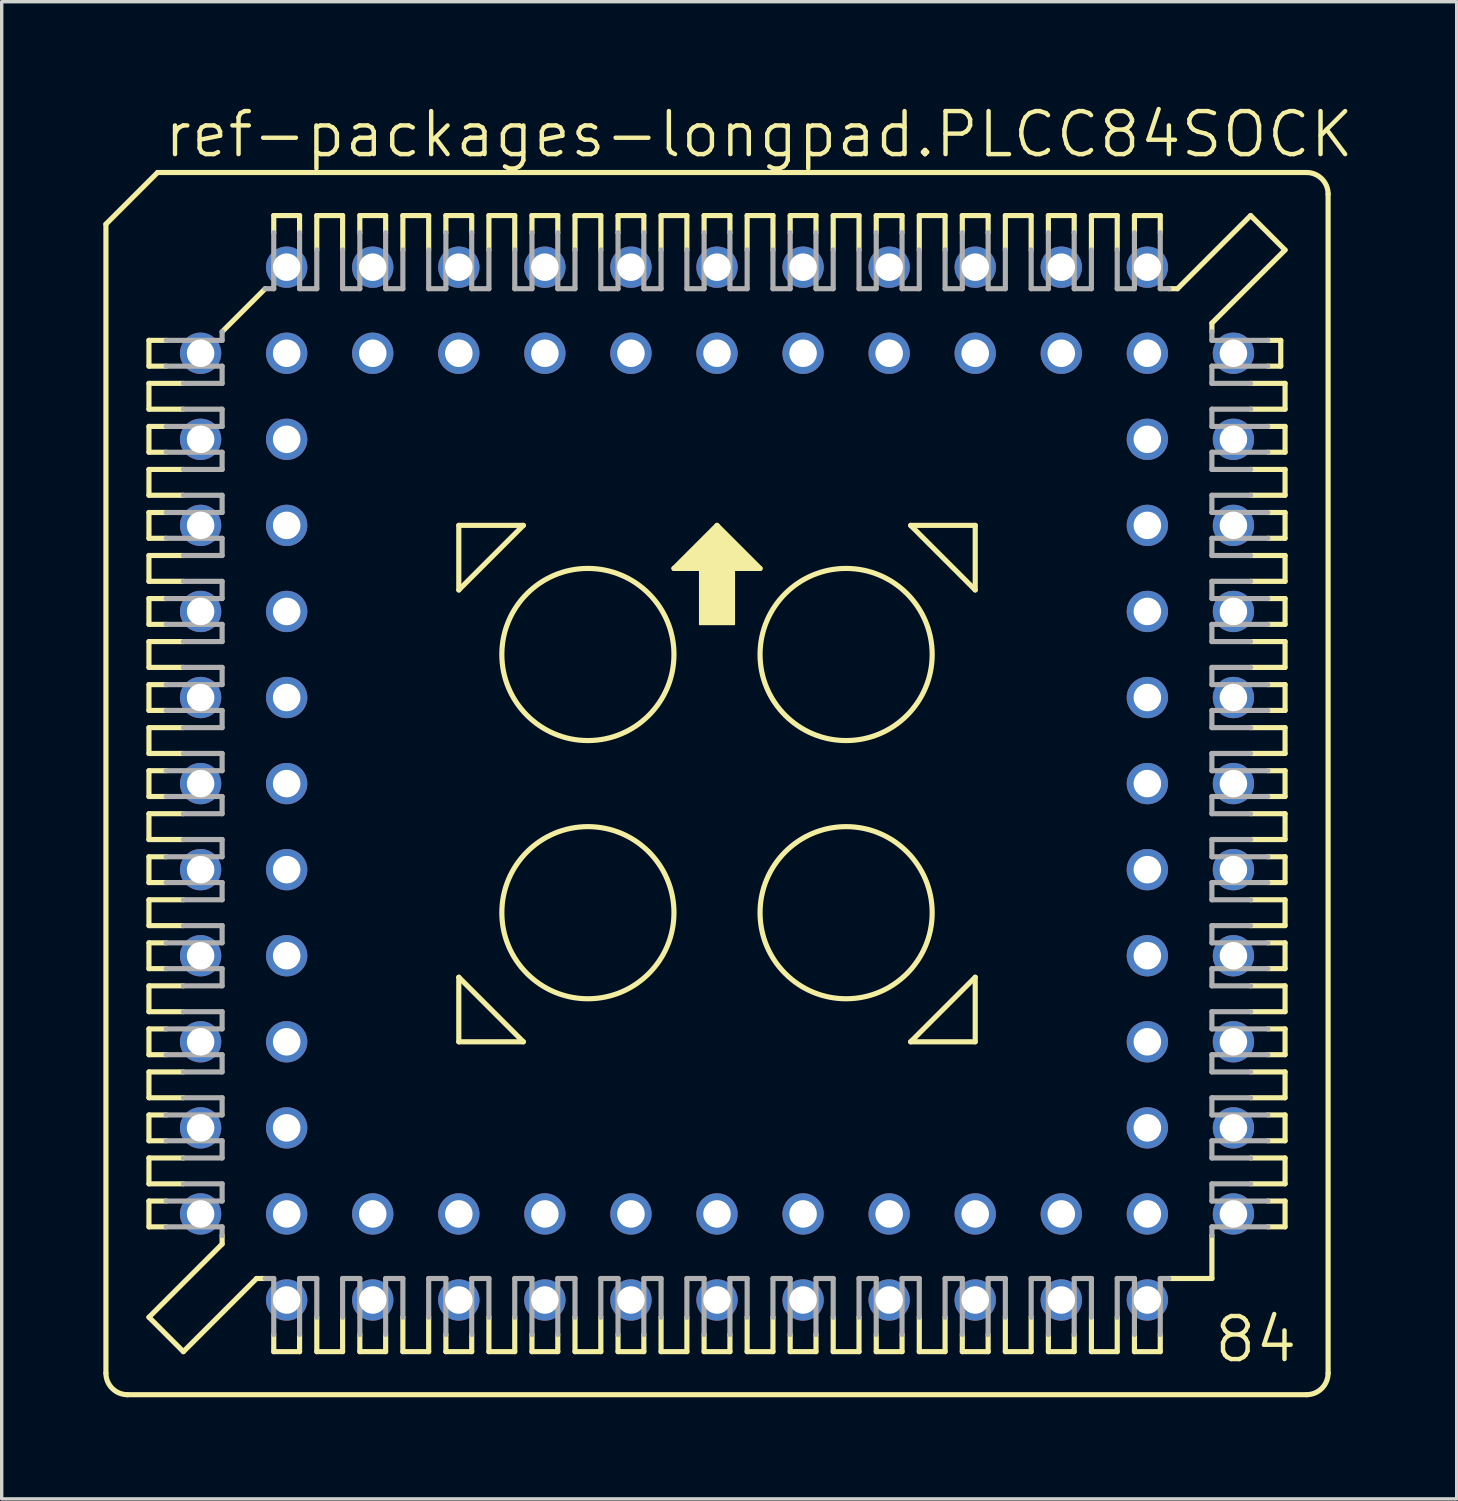
<source format=kicad_pcb>
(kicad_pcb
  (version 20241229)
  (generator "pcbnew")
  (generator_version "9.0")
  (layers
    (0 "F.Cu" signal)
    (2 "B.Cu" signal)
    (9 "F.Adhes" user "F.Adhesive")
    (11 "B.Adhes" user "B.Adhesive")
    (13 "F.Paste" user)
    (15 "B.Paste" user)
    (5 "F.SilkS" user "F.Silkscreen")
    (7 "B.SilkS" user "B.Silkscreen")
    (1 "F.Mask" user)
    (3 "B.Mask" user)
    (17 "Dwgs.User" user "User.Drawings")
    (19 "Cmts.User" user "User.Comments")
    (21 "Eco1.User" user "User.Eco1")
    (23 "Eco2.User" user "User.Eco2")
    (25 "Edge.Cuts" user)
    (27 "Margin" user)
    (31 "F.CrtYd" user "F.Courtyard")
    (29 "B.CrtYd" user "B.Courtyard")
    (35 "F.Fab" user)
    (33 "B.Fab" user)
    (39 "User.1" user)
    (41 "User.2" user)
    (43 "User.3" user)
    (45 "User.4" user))
  (footprint "ref-packages-longpad.PLCC84SOCK"
    (layer "F.Cu")
    (at 18.11 20.075)
    (property "Reference" "ref-packages-longpad.PLCC84SOCK" (at -16.383 -18.415 0) (layer "F.SilkS") (effects (font (size 1.27 1.27) (thickness 0.13)) (justify left bottom)))
    (attr through_hole)
    (fp_line (start -18.034 -16.51) (end -18.034 17.399) (stroke (width 0.152) (type default)) (layer "F.SilkS"))
    (fp_line (start -16.764 -13.081) (end -16.764 -12.319) (stroke (width 0.152) (type default)) (layer "F.SilkS"))
    (fp_line (start -16.764 -12.319) (end -16.256 -12.319) (stroke (width 0.152) (type default)) (layer "F.SilkS"))
    (fp_line (start -16.764 -11.811) (end -16.764 -11.049) (stroke (width 0.152) (type default)) (layer "F.SilkS"))
    (fp_line (start -16.764 -11.049) (end -15.748 -11.049) (stroke (width 0.152) (type default)) (layer "F.SilkS"))
    (fp_line (start -16.764 -10.541) (end -16.764 -9.779) (stroke (width 0.152) (type default)) (layer "F.SilkS"))
    (fp_line (start -16.764 -9.779) (end -16.256 -9.779) (stroke (width 0.152) (type default)) (layer "F.SilkS"))
    (fp_line (start -16.764 -9.271) (end -16.764 -8.509) (stroke (width 0.152) (type default)) (layer "F.SilkS"))
    (fp_line (start -16.764 -8.509) (end -15.748 -8.509) (stroke (width 0.152) (type default)) (layer "F.SilkS"))
    (fp_line (start -16.764 -8.001) (end -16.256 -8.001) (stroke (width 0.152) (type default)) (layer "F.SilkS"))
    (fp_line (start -16.764 -7.239) (end -16.764 -8.001) (stroke (width 0.152) (type default)) (layer "F.SilkS"))
    (fp_line (start -16.764 -6.731) (end -16.764 -5.969) (stroke (width 0.152) (type default)) (layer "F.SilkS"))
    (fp_line (start -16.764 -5.969) (end -15.748 -5.969) (stroke (width 0.152) (type default)) (layer "F.SilkS"))
    (fp_line (start -16.764 -5.461) (end -16.764 -4.699) (stroke (width 0.152) (type default)) (layer "F.SilkS"))
    (fp_line (start -16.764 -4.699) (end -16.256 -4.699) (stroke (width 0.152) (type default)) (layer "F.SilkS"))
    (fp_line (start -16.764 -4.191) (end -16.764 -3.429) (stroke (width 0.152) (type default)) (layer "F.SilkS"))
    (fp_line (start -16.764 -3.429) (end -15.748 -3.429) (stroke (width 0.152) (type default)) (layer "F.SilkS"))
    (fp_line (start -16.764 -2.921) (end -16.764 -2.159) (stroke (width 0.152) (type default)) (layer "F.SilkS"))
    (fp_line (start -16.764 -2.159) (end -16.256 -2.159) (stroke (width 0.152) (type default)) (layer "F.SilkS"))
    (fp_line (start -16.764 -1.651) (end -15.748 -1.651) (stroke (width 0.152) (type default)) (layer "F.SilkS"))
    (fp_line (start -16.764 -0.889) (end -16.764 -1.651) (stroke (width 0.152) (type default)) (layer "F.SilkS"))
    (fp_line (start -16.764 -0.381) (end -16.256 -0.381) (stroke (width 0.152) (type default)) (layer "F.SilkS"))
    (fp_line (start -16.764 0.381) (end -16.764 -0.381) (stroke (width 0.152) (type default)) (layer "F.SilkS"))
    (fp_line (start -16.764 0.889) (end -15.748 0.889) (stroke (width 0.152) (type default)) (layer "F.SilkS"))
    (fp_line (start -16.764 1.651) (end -16.764 0.889) (stroke (width 0.152) (type default)) (layer "F.SilkS"))
    (fp_line (start -16.764 2.159) (end -16.256 2.159) (stroke (width 0.152) (type default)) (layer "F.SilkS"))
    (fp_line (start -16.764 2.921) (end -16.764 2.159) (stroke (width 0.152) (type default)) (layer "F.SilkS"))
    (fp_line (start -16.764 3.429) (end -15.748 3.429) (stroke (width 0.152) (type default)) (layer "F.SilkS"))
    (fp_line (start -16.764 4.191) (end -16.764 3.429) (stroke (width 0.152) (type default)) (layer "F.SilkS"))
    (fp_line (start -16.764 4.699) (end -16.256 4.699) (stroke (width 0.152) (type default)) (layer "F.SilkS"))
    (fp_line (start -16.764 5.461) (end -16.764 4.699) (stroke (width 0.152) (type default)) (layer "F.SilkS"))
    (fp_line (start -16.764 5.969) (end -16.764 6.731) (stroke (width 0.152) (type default)) (layer "F.SilkS"))
    (fp_line (start -16.764 6.731) (end -15.748 6.731) (stroke (width 0.152) (type default)) (layer "F.SilkS"))
    (fp_line (start -16.764 7.239) (end -16.764 8.001) (stroke (width 0.152) (type default)) (layer "F.SilkS"))
    (fp_line (start -16.764 8.001) (end -16.256 8.001) (stroke (width 0.152) (type default)) (layer "F.SilkS"))
    (fp_line (start -16.764 8.509) (end -16.764 9.271) (stroke (width 0.152) (type default)) (layer "F.SilkS"))
    (fp_line (start -16.764 9.271) (end -15.748 9.271) (stroke (width 0.152) (type default)) (layer "F.SilkS"))
    (fp_line (start -16.764 9.779) (end -16.764 10.541) (stroke (width 0.152) (type default)) (layer "F.SilkS"))
    (fp_line (start -16.764 10.541) (end -16.256 10.541) (stroke (width 0.152) (type default)) (layer "F.SilkS"))
    (fp_line (start -16.764 11.049) (end -15.748 11.049) (stroke (width 0.152) (type default)) (layer "F.SilkS"))
    (fp_line (start -16.764 11.811) (end -16.764 11.049) (stroke (width 0.152) (type default)) (layer "F.SilkS"))
    (fp_line (start -16.764 12.319) (end -16.256 12.319) (stroke (width 0.152) (type default)) (layer "F.SilkS"))
    (fp_line (start -16.764 13.081) (end -16.764 12.319) (stroke (width 0.152) (type default)) (layer "F.SilkS"))
    (fp_line (start -16.764 15.748) (end -14.605 13.589) (stroke (width 0.152) (type default)) (layer "F.SilkS"))
    (fp_line (start -16.51 -18.034) (end -18.034 -16.51) (stroke (width 0.152) (type default)) (layer "F.SilkS"))
    (fp_line (start -16.256 -13.081) (end -16.764 -13.081) (stroke (width 0.152) (type default)) (layer "F.SilkS"))
    (fp_line (start -16.256 -10.541) (end -16.764 -10.541) (stroke (width 0.152) (type default)) (layer "F.SilkS"))
    (fp_line (start -16.256 -7.239) (end -16.764 -7.239) (stroke (width 0.152) (type default)) (layer "F.SilkS"))
    (fp_line (start -16.256 -5.461) (end -16.764 -5.461) (stroke (width 0.152) (type default)) (layer "F.SilkS"))
    (fp_line (start -16.256 -2.921) (end -16.764 -2.921) (stroke (width 0.152) (type default)) (layer "F.SilkS"))
    (fp_line (start -16.256 0.381) (end -16.764 0.381) (stroke (width 0.152) (type default)) (layer "F.SilkS"))
    (fp_line (start -16.256 2.921) (end -16.764 2.921) (stroke (width 0.152) (type default)) (layer "F.SilkS"))
    (fp_line (start -16.256 5.461) (end -16.764 5.461) (stroke (width 0.152) (type default)) (layer "F.SilkS"))
    (fp_line (start -16.256 7.239) (end -16.764 7.239) (stroke (width 0.152) (type default)) (layer "F.SilkS"))
    (fp_line (start -16.256 9.779) (end -16.764 9.779) (stroke (width 0.152) (type default)) (layer "F.SilkS"))
    (fp_line (start -16.256 13.081) (end -16.764 13.081) (stroke (width 0.152) (type default)) (layer "F.SilkS"))
    (fp_line (start -15.748 -11.811) (end -16.764 -11.811) (stroke (width 0.152) (type default)) (layer "F.SilkS"))
    (fp_line (start -15.748 -9.271) (end -16.764 -9.271) (stroke (width 0.152) (type default)) (layer "F.SilkS"))
    (fp_line (start -15.748 -6.731) (end -16.764 -6.731) (stroke (width 0.152) (type default)) (layer "F.SilkS"))
    (fp_line (start -15.748 -4.191) (end -16.764 -4.191) (stroke (width 0.152) (type default)) (layer "F.SilkS"))
    (fp_line (start -15.748 -0.889) (end -16.764 -0.889) (stroke (width 0.152) (type default)) (layer "F.SilkS"))
    (fp_line (start -15.748 1.651) (end -16.764 1.651) (stroke (width 0.152) (type default)) (layer "F.SilkS"))
    (fp_line (start -15.748 4.191) (end -16.764 4.191) (stroke (width 0.152) (type default)) (layer "F.SilkS"))
    (fp_line (start -15.748 5.969) (end -16.764 5.969) (stroke (width 0.152) (type default)) (layer "F.SilkS"))
    (fp_line (start -15.748 8.509) (end -16.764 8.509) (stroke (width 0.152) (type default)) (layer "F.SilkS"))
    (fp_line (start -15.748 11.811) (end -16.764 11.811) (stroke (width 0.152) (type default)) (layer "F.SilkS"))
    (fp_line (start -15.748 16.764) (end -16.764 15.748) (stroke (width 0.152) (type default)) (layer "F.SilkS"))
    (fp_line (start -15.748 16.764) (end -13.589 14.605) (stroke (width 0.152) (type default)) (layer "F.SilkS"))
    (fp_line (start -14.605 -13.335) (end -13.335 -14.605) (stroke (width 0.152) (type default)) (layer "F.SilkS"))
    (fp_line (start -14.605 13.589) (end -14.605 13.335) (stroke (width 0.152) (type default)) (layer "F.SilkS"))
    (fp_line (start -13.589 14.605) (end -13.335 14.605) (stroke (width 0.152) (type default)) (layer "F.SilkS"))
    (fp_line (start -13.081 -16.764) (end -13.081 -16.256) (stroke (width 0.152) (type default)) (layer "F.SilkS"))
    (fp_line (start -13.081 16.256) (end -13.081 16.764) (stroke (width 0.152) (type default)) (layer "F.SilkS"))
    (fp_line (start -13.081 16.764) (end -12.319 16.764) (stroke (width 0.152) (type default)) (layer "F.SilkS"))
    (fp_line (start -12.319 -16.764) (end -13.081 -16.764) (stroke (width 0.152) (type default)) (layer "F.SilkS"))
    (fp_line (start -12.319 -16.256) (end -12.319 -16.764) (stroke (width 0.152) (type default)) (layer "F.SilkS"))
    (fp_line (start -12.319 16.764) (end -12.319 16.256) (stroke (width 0.152) (type default)) (layer "F.SilkS"))
    (fp_line (start -11.811 -16.764) (end -11.049 -16.764) (stroke (width 0.152) (type default)) (layer "F.SilkS"))
    (fp_line (start -11.811 -15.748) (end -11.811 -16.764) (stroke (width 0.152) (type default)) (layer "F.SilkS"))
    (fp_line (start -11.811 15.748) (end -11.811 16.764) (stroke (width 0.152) (type default)) (layer "F.SilkS"))
    (fp_line (start -11.811 16.764) (end -11.049 16.764) (stroke (width 0.152) (type default)) (layer "F.SilkS"))
    (fp_line (start -11.049 -16.764) (end -11.049 -15.748) (stroke (width 0.152) (type default)) (layer "F.SilkS"))
    (fp_line (start -11.049 16.764) (end -11.049 15.748) (stroke (width 0.152) (type default)) (layer "F.SilkS"))
    (fp_line (start -10.541 -16.764) (end -10.541 -16.256) (stroke (width 0.152) (type default)) (layer "F.SilkS"))
    (fp_line (start -10.541 16.256) (end -10.541 16.764) (stroke (width 0.152) (type default)) (layer "F.SilkS"))
    (fp_line (start -10.541 16.764) (end -9.779 16.764) (stroke (width 0.152) (type default)) (layer "F.SilkS"))
    (fp_line (start -9.779 -16.764) (end -10.541 -16.764) (stroke (width 0.152) (type default)) (layer "F.SilkS"))
    (fp_line (start -9.779 -16.256) (end -9.779 -16.764) (stroke (width 0.152) (type default)) (layer "F.SilkS"))
    (fp_line (start -9.779 16.764) (end -9.779 16.256) (stroke (width 0.152) (type default)) (layer "F.SilkS"))
    (fp_line (start -9.271 -16.764) (end -9.271 -15.748) (stroke (width 0.152) (type default)) (layer "F.SilkS"))
    (fp_line (start -9.271 15.748) (end -9.271 16.764) (stroke (width 0.152) (type default)) (layer "F.SilkS"))
    (fp_line (start -9.271 16.764) (end -8.509 16.764) (stroke (width 0.152) (type default)) (layer "F.SilkS"))
    (fp_line (start -8.509 -16.764) (end -9.271 -16.764) (stroke (width 0.152) (type default)) (layer "F.SilkS"))
    (fp_line (start -8.509 -15.748) (end -8.509 -16.764) (stroke (width 0.152) (type default)) (layer "F.SilkS"))
    (fp_line (start -8.509 16.764) (end -8.509 15.748) (stroke (width 0.152) (type default)) (layer "F.SilkS"))
    (fp_line (start -8.001 -16.764) (end -8.001 -16.256) (stroke (width 0.152) (type default)) (layer "F.SilkS"))
    (fp_line (start -8.001 16.764) (end -8.001 16.256) (stroke (width 0.152) (type default)) (layer "F.SilkS"))
    (fp_line (start -7.62 -7.62) (end -5.715 -7.62) (stroke (width 0.152) (type default)) (layer "F.SilkS"))
    (fp_line (start -7.62 -5.715) (end -7.62 -7.62) (stroke (width 0.152) (type default)) (layer "F.SilkS"))
    (fp_line (start -7.62 5.715) (end -5.715 7.62) (stroke (width 0.152) (type default)) (layer "F.SilkS"))
    (fp_line (start -7.62 7.62) (end -7.62 5.715) (stroke (width 0.152) (type default)) (layer "F.SilkS"))
    (fp_line (start -7.239 -16.764) (end -8.001 -16.764) (stroke (width 0.152) (type default)) (layer "F.SilkS"))
    (fp_line (start -7.239 -16.256) (end -7.239 -16.764) (stroke (width 0.152) (type default)) (layer "F.SilkS"))
    (fp_line (start -7.239 16.256) (end -7.239 16.764) (stroke (width 0.152) (type default)) (layer "F.SilkS"))
    (fp_line (start -7.239 16.764) (end -8.001 16.764) (stroke (width 0.152) (type default)) (layer "F.SilkS"))
    (fp_line (start -6.731 -16.764) (end -6.731 -15.748) (stroke (width 0.152) (type default)) (layer "F.SilkS"))
    (fp_line (start -6.731 15.748) (end -6.731 16.764) (stroke (width 0.152) (type default)) (layer "F.SilkS"))
    (fp_line (start -6.731 16.764) (end -5.969 16.764) (stroke (width 0.152) (type default)) (layer "F.SilkS"))
    (fp_line (start -5.969 -16.764) (end -6.731 -16.764) (stroke (width 0.152) (type default)) (layer "F.SilkS"))
    (fp_line (start -5.969 -15.748) (end -5.969 -16.764) (stroke (width 0.152) (type default)) (layer "F.SilkS"))
    (fp_line (start -5.969 16.764) (end -5.969 15.748) (stroke (width 0.152) (type default)) (layer "F.SilkS"))
    (fp_line (start -5.715 -7.62) (end -7.62 -5.715) (stroke (width 0.152) (type default)) (layer "F.SilkS"))
    (fp_line (start -5.715 7.62) (end -7.62 7.62) (stroke (width 0.152) (type default)) (layer "F.SilkS"))
    (fp_line (start -5.461 -16.764) (end -5.461 -16.256) (stroke (width 0.152) (type default)) (layer "F.SilkS"))
    (fp_line (start -5.461 16.256) (end -5.461 16.764) (stroke (width 0.152) (type default)) (layer "F.SilkS"))
    (fp_line (start -5.461 16.764) (end -4.699 16.764) (stroke (width 0.152) (type default)) (layer "F.SilkS"))
    (fp_line (start -4.699 -16.764) (end -5.461 -16.764) (stroke (width 0.152) (type default)) (layer "F.SilkS"))
    (fp_line (start -4.699 -16.256) (end -4.699 -16.764) (stroke (width 0.152) (type default)) (layer "F.SilkS"))
    (fp_line (start -4.699 16.764) (end -4.699 16.256) (stroke (width 0.152) (type default)) (layer "F.SilkS"))
    (fp_line (start -4.191 -16.764) (end -4.191 -15.748) (stroke (width 0.152) (type default)) (layer "F.SilkS"))
    (fp_line (start -4.191 15.748) (end -4.191 16.764) (stroke (width 0.152) (type default)) (layer "F.SilkS"))
    (fp_line (start -4.191 16.764) (end -3.429 16.764) (stroke (width 0.152) (type default)) (layer "F.SilkS"))
    (fp_line (start -3.429 -16.764) (end -4.191 -16.764) (stroke (width 0.152) (type default)) (layer "F.SilkS"))
    (fp_line (start -3.429 -15.748) (end -3.429 -16.764) (stroke (width 0.152) (type default)) (layer "F.SilkS"))
    (fp_line (start -3.429 16.764) (end -3.429 15.748) (stroke (width 0.152) (type default)) (layer "F.SilkS"))
    (fp_line (start -2.921 -16.764) (end -2.921 -16.256) (stroke (width 0.152) (type default)) (layer "F.SilkS"))
    (fp_line (start -2.921 16.256) (end -2.921 16.764) (stroke (width 0.152) (type default)) (layer "F.SilkS"))
    (fp_line (start -2.921 16.764) (end -2.159 16.764) (stroke (width 0.152) (type default)) (layer "F.SilkS"))
    (fp_line (start -2.159 -16.764) (end -2.921 -16.764) (stroke (width 0.152) (type default)) (layer "F.SilkS"))
    (fp_line (start -2.159 -16.256) (end -2.159 -16.764) (stroke (width 0.152) (type default)) (layer "F.SilkS"))
    (fp_line (start -2.159 16.764) (end -2.159 16.256) (stroke (width 0.152) (type default)) (layer "F.SilkS"))
    (fp_line (start -1.651 -16.764) (end -1.651 -15.748) (stroke (width 0.152) (type default)) (layer "F.SilkS"))
    (fp_line (start -1.651 15.748) (end -1.651 16.764) (stroke (width 0.152) (type default)) (layer "F.SilkS"))
    (fp_line (start -1.651 16.764) (end -0.889 16.764) (stroke (width 0.152) (type default)) (layer "F.SilkS"))
    (fp_line (start -1.27 -6.35) (end 1.27 -6.35) (stroke (width 0.152) (type default)) (layer "F.SilkS"))
    (fp_line (start -0.889 -16.764) (end -1.651 -16.764) (stroke (width 0.152) (type default)) (layer "F.SilkS"))
    (fp_line (start -0.889 -15.748) (end -0.889 -16.764) (stroke (width 0.152) (type default)) (layer "F.SilkS"))
    (fp_line (start -0.889 16.764) (end -0.889 15.748) (stroke (width 0.152) (type default)) (layer "F.SilkS"))
    (fp_line (start -0.381 -16.764) (end -0.381 -16.256) (stroke (width 0.152) (type default)) (layer "F.SilkS"))
    (fp_line (start -0.381 16.256) (end -0.381 16.764) (stroke (width 0.152) (type default)) (layer "F.SilkS"))
    (fp_line (start -0.381 16.764) (end 0.381 16.764) (stroke (width 0.152) (type default)) (layer "F.SilkS"))
    (fp_line (start 0 -7.62) (end -1.27 -6.35) (stroke (width 0.152) (type default)) (layer "F.SilkS"))
    (fp_line (start 0.381 -16.764) (end -0.381 -16.764) (stroke (width 0.152) (type default)) (layer "F.SilkS"))
    (fp_line (start 0.381 -16.256) (end 0.381 -16.764) (stroke (width 0.152) (type default)) (layer "F.SilkS"))
    (fp_line (start 0.381 16.764) (end 0.381 16.256) (stroke (width 0.152) (type default)) (layer "F.SilkS"))
    (fp_line (start 0.889 -16.764) (end 0.889 -15.748) (stroke (width 0.152) (type default)) (layer "F.SilkS"))
    (fp_line (start 0.889 15.748) (end 0.889 16.764) (stroke (width 0.152) (type default)) (layer "F.SilkS"))
    (fp_line (start 0.889 16.764) (end 1.651 16.764) (stroke (width 0.152) (type default)) (layer "F.SilkS"))
    (fp_line (start 1.27 -6.35) (end 0 -7.62) (stroke (width 0.152) (type default)) (layer "F.SilkS"))
    (fp_line (start 1.651 -16.764) (end 0.889 -16.764) (stroke (width 0.152) (type default)) (layer "F.SilkS"))
    (fp_line (start 1.651 -15.748) (end 1.651 -16.764) (stroke (width 0.152) (type default)) (layer "F.SilkS"))
    (fp_line (start 1.651 16.764) (end 1.651 15.748) (stroke (width 0.152) (type default)) (layer "F.SilkS"))
    (fp_line (start 2.159 -16.764) (end 2.159 -16.256) (stroke (width 0.152) (type default)) (layer "F.SilkS"))
    (fp_line (start 2.159 16.256) (end 2.159 16.764) (stroke (width 0.152) (type default)) (layer "F.SilkS"))
    (fp_line (start 2.159 16.764) (end 2.921 16.764) (stroke (width 0.152) (type default)) (layer "F.SilkS"))
    (fp_line (start 2.921 -16.764) (end 2.159 -16.764) (stroke (width 0.152) (type default)) (layer "F.SilkS"))
    (fp_line (start 2.921 -16.256) (end 2.921 -16.764) (stroke (width 0.152) (type default)) (layer "F.SilkS"))
    (fp_line (start 2.921 16.764) (end 2.921 16.256) (stroke (width 0.152) (type default)) (layer "F.SilkS"))
    (fp_line (start 3.429 -16.764) (end 3.429 -15.748) (stroke (width 0.152) (type default)) (layer "F.SilkS"))
    (fp_line (start 3.429 15.748) (end 3.429 16.764) (stroke (width 0.152) (type default)) (layer "F.SilkS"))
    (fp_line (start 3.429 16.764) (end 4.191 16.764) (stroke (width 0.152) (type default)) (layer "F.SilkS"))
    (fp_line (start 4.191 -16.764) (end 3.429 -16.764) (stroke (width 0.152) (type default)) (layer "F.SilkS"))
    (fp_line (start 4.191 -15.748) (end 4.191 -16.764) (stroke (width 0.152) (type default)) (layer "F.SilkS"))
    (fp_line (start 4.191 16.764) (end 4.191 15.748) (stroke (width 0.152) (type default)) (layer "F.SilkS"))
    (fp_line (start 4.699 -16.764) (end 4.699 -16.256) (stroke (width 0.152) (type default)) (layer "F.SilkS"))
    (fp_line (start 4.699 16.256) (end 4.699 16.764) (stroke (width 0.152) (type default)) (layer "F.SilkS"))
    (fp_line (start 4.699 16.764) (end 5.461 16.764) (stroke (width 0.152) (type default)) (layer "F.SilkS"))
    (fp_line (start 5.461 -16.764) (end 4.699 -16.764) (stroke (width 0.152) (type default)) (layer "F.SilkS"))
    (fp_line (start 5.461 -16.256) (end 5.461 -16.764) (stroke (width 0.152) (type default)) (layer "F.SilkS"))
    (fp_line (start 5.461 16.764) (end 5.461 16.256) (stroke (width 0.152) (type default)) (layer "F.SilkS"))
    (fp_line (start 5.715 -7.62) (end 7.62 -5.715) (stroke (width 0.152) (type default)) (layer "F.SilkS"))
    (fp_line (start 5.715 7.62) (end 7.62 7.62) (stroke (width 0.152) (type default)) (layer "F.SilkS"))
    (fp_line (start 5.969 -16.764) (end 5.969 -15.748) (stroke (width 0.152) (type default)) (layer "F.SilkS"))
    (fp_line (start 5.969 15.748) (end 5.969 16.764) (stroke (width 0.152) (type default)) (layer "F.SilkS"))
    (fp_line (start 5.969 16.764) (end 6.731 16.764) (stroke (width 0.152) (type default)) (layer "F.SilkS"))
    (fp_line (start 6.731 -16.764) (end 5.969 -16.764) (stroke (width 0.152) (type default)) (layer "F.SilkS"))
    (fp_line (start 6.731 -15.748) (end 6.731 -16.764) (stroke (width 0.152) (type default)) (layer "F.SilkS"))
    (fp_line (start 6.731 16.764) (end 6.731 15.748) (stroke (width 0.152) (type default)) (layer "F.SilkS"))
    (fp_line (start 7.239 -16.764) (end 8.001 -16.764) (stroke (width 0.152) (type default)) (layer "F.SilkS"))
    (fp_line (start 7.239 -16.256) (end 7.239 -16.764) (stroke (width 0.152) (type default)) (layer "F.SilkS"))
    (fp_line (start 7.239 16.256) (end 7.239 16.764) (stroke (width 0.152) (type default)) (layer "F.SilkS"))
    (fp_line (start 7.239 16.764) (end 8.001 16.764) (stroke (width 0.152) (type default)) (layer "F.SilkS"))
    (fp_line (start 7.62 -7.62) (end 5.715 -7.62) (stroke (width 0.152) (type default)) (layer "F.SilkS"))
    (fp_line (start 7.62 -5.715) (end 7.62 -7.62) (stroke (width 0.152) (type default)) (layer "F.SilkS"))
    (fp_line (start 7.62 5.715) (end 5.715 7.62) (stroke (width 0.152) (type default)) (layer "F.SilkS"))
    (fp_line (start 7.62 7.62) (end 7.62 5.715) (stroke (width 0.152) (type default)) (layer "F.SilkS"))
    (fp_line (start 8.001 -16.764) (end 8.001 -16.256) (stroke (width 0.152) (type default)) (layer "F.SilkS"))
    (fp_line (start 8.001 16.764) (end 8.001 16.256) (stroke (width 0.152) (type default)) (layer "F.SilkS"))
    (fp_line (start 8.509 -16.764) (end 8.509 -15.748) (stroke (width 0.152) (type default)) (layer "F.SilkS"))
    (fp_line (start 8.509 15.748) (end 8.509 16.764) (stroke (width 0.152) (type default)) (layer "F.SilkS"))
    (fp_line (start 8.509 16.764) (end 9.271 16.764) (stroke (width 0.152) (type default)) (layer "F.SilkS"))
    (fp_line (start 9.271 -16.764) (end 8.509 -16.764) (stroke (width 0.152) (type default)) (layer "F.SilkS"))
    (fp_line (start 9.271 -15.748) (end 9.271 -16.764) (stroke (width 0.152) (type default)) (layer "F.SilkS"))
    (fp_line (start 9.271 16.764) (end 9.271 15.748) (stroke (width 0.152) (type default)) (layer "F.SilkS"))
    (fp_line (start 9.779 -16.764) (end 9.779 -16.256) (stroke (width 0.152) (type default)) (layer "F.SilkS"))
    (fp_line (start 9.779 16.256) (end 9.779 16.764) (stroke (width 0.152) (type default)) (layer "F.SilkS"))
    (fp_line (start 9.779 16.764) (end 10.541 16.764) (stroke (width 0.152) (type default)) (layer "F.SilkS"))
    (fp_line (start 10.541 -16.764) (end 9.779 -16.764) (stroke (width 0.152) (type default)) (layer "F.SilkS"))
    (fp_line (start 10.541 -16.256) (end 10.541 -16.764) (stroke (width 0.152) (type default)) (layer "F.SilkS"))
    (fp_line (start 10.541 16.764) (end 10.541 16.256) (stroke (width 0.152) (type default)) (layer "F.SilkS"))
    (fp_line (start 11.049 -16.764) (end 11.049 -15.748) (stroke (width 0.152) (type default)) (layer "F.SilkS"))
    (fp_line (start 11.049 16.764) (end 11.049 15.748) (stroke (width 0.152) (type default)) (layer "F.SilkS"))
    (fp_line (start 11.811 -16.764) (end 11.049 -16.764) (stroke (width 0.152) (type default)) (layer "F.SilkS"))
    (fp_line (start 11.811 -15.748) (end 11.811 -16.764) (stroke (width 0.152) (type default)) (layer "F.SilkS"))
    (fp_line (start 11.811 15.748) (end 11.811 16.764) (stroke (width 0.152) (type default)) (layer "F.SilkS"))
    (fp_line (start 11.811 16.764) (end 11.049 16.764) (stroke (width 0.152) (type default)) (layer "F.SilkS"))
    (fp_line (start 12.319 -16.764) (end 12.319 -16.256) (stroke (width 0.152) (type default)) (layer "F.SilkS"))
    (fp_line (start 12.319 16.256) (end 12.319 16.764) (stroke (width 0.152) (type default)) (layer "F.SilkS"))
    (fp_line (start 12.319 16.764) (end 13.081 16.764) (stroke (width 0.152) (type default)) (layer "F.SilkS"))
    (fp_line (start 13.081 -16.764) (end 12.319 -16.764) (stroke (width 0.152) (type default)) (layer "F.SilkS"))
    (fp_line (start 13.081 -16.256) (end 13.081 -16.764) (stroke (width 0.152) (type default)) (layer "F.SilkS"))
    (fp_line (start 13.081 16.764) (end 13.081 16.256) (stroke (width 0.152) (type default)) (layer "F.SilkS"))
    (fp_line (start 13.335 14.605) (end 14.605 14.605) (stroke (width 0.152) (type default)) (layer "F.SilkS"))
    (fp_line (start 13.589 -14.605) (end 13.335 -14.605) (stroke (width 0.152) (type default)) (layer "F.SilkS"))
    (fp_line (start 14.605 -13.589) (end 14.605 -13.335) (stroke (width 0.152) (type default)) (layer "F.SilkS"))
    (fp_line (start 14.605 14.605) (end 14.605 13.335) (stroke (width 0.152) (type default)) (layer "F.SilkS"))
    (fp_line (start 15.748 -16.764) (end 13.589 -14.605) (stroke (width 0.152) (type default)) (layer "F.SilkS"))
    (fp_line (start 15.748 -11.811) (end 16.764 -11.811) (stroke (width 0.152) (type default)) (layer "F.SilkS"))
    (fp_line (start 15.748 -8.509) (end 16.764 -8.509) (stroke (width 0.152) (type default)) (layer "F.SilkS"))
    (fp_line (start 15.748 -5.969) (end 16.764 -5.969) (stroke (width 0.152) (type default)) (layer "F.SilkS"))
    (fp_line (start 15.748 -4.191) (end 16.764 -4.191) (stroke (width 0.152) (type default)) (layer "F.SilkS"))
    (fp_line (start 15.748 -1.651) (end 16.764 -1.651) (stroke (width 0.152) (type default)) (layer "F.SilkS"))
    (fp_line (start 15.748 0.889) (end 16.764 0.889) (stroke (width 0.152) (type default)) (layer "F.SilkS"))
    (fp_line (start 15.748 4.191) (end 16.764 4.191) (stroke (width 0.152) (type default)) (layer "F.SilkS"))
    (fp_line (start 15.748 6.731) (end 16.764 6.731) (stroke (width 0.152) (type default)) (layer "F.SilkS"))
    (fp_line (start 15.748 9.271) (end 16.764 9.271) (stroke (width 0.152) (type default)) (layer "F.SilkS"))
    (fp_line (start 15.748 11.811) (end 16.764 11.811) (stroke (width 0.152) (type default)) (layer "F.SilkS"))
    (fp_line (start 16.256 -13.081) (end 16.637 -13.081) (stroke (width 0.152) (type default)) (layer "F.SilkS"))
    (fp_line (start 16.256 -9.779) (end 16.764 -9.779) (stroke (width 0.152) (type default)) (layer "F.SilkS"))
    (fp_line (start 16.256 -7.239) (end 16.764 -7.239) (stroke (width 0.152) (type default)) (layer "F.SilkS"))
    (fp_line (start 16.256 -5.461) (end 16.764 -5.461) (stroke (width 0.152) (type default)) (layer "F.SilkS"))
    (fp_line (start 16.256 -2.921) (end 16.764 -2.921) (stroke (width 0.152) (type default)) (layer "F.SilkS"))
    (fp_line (start 16.256 -0.381) (end 16.764 -0.381) (stroke (width 0.152) (type default)) (layer "F.SilkS"))
    (fp_line (start 16.256 2.921) (end 16.764 2.921) (stroke (width 0.152) (type default)) (layer "F.SilkS"))
    (fp_line (start 16.256 5.461) (end 16.764 5.461) (stroke (width 0.152) (type default)) (layer "F.SilkS"))
    (fp_line (start 16.256 7.239) (end 16.764 7.239) (stroke (width 0.152) (type default)) (layer "F.SilkS"))
    (fp_line (start 16.256 10.541) (end 16.764 10.541) (stroke (width 0.152) (type default)) (layer "F.SilkS"))
    (fp_line (start 16.256 13.081) (end 16.764 13.081) (stroke (width 0.152) (type default)) (layer "F.SilkS"))
    (fp_line (start 16.637 -13.081) (end 16.637 -12.319) (stroke (width 0.152) (type default)) (layer "F.SilkS"))
    (fp_line (start 16.637 -12.319) (end 16.256 -12.319) (stroke (width 0.152) (type default)) (layer "F.SilkS"))
    (fp_line (start 16.764 -15.748) (end 14.605 -13.589) (stroke (width 0.152) (type default)) (layer "F.SilkS"))
    (fp_line (start 16.764 -15.748) (end 15.748 -16.764) (stroke (width 0.152) (type default)) (layer "F.SilkS"))
    (fp_line (start 16.764 -11.811) (end 16.764 -11.049) (stroke (width 0.152) (type default)) (layer "F.SilkS"))
    (fp_line (start 16.764 -11.049) (end 15.748 -11.049) (stroke (width 0.152) (type default)) (layer "F.SilkS"))
    (fp_line (start 16.764 -10.541) (end 16.256 -10.541) (stroke (width 0.152) (type default)) (layer "F.SilkS"))
    (fp_line (start 16.764 -9.779) (end 16.764 -10.541) (stroke (width 0.152) (type default)) (layer "F.SilkS"))
    (fp_line (start 16.764 -9.271) (end 15.748 -9.271) (stroke (width 0.152) (type default)) (layer "F.SilkS"))
    (fp_line (start 16.764 -8.509) (end 16.764 -9.271) (stroke (width 0.152) (type default)) (layer "F.SilkS"))
    (fp_line (start 16.764 -8.001) (end 16.256 -8.001) (stroke (width 0.152) (type default)) (layer "F.SilkS"))
    (fp_line (start 16.764 -7.239) (end 16.764 -8.001) (stroke (width 0.152) (type default)) (layer "F.SilkS"))
    (fp_line (start 16.764 -6.731) (end 15.748 -6.731) (stroke (width 0.152) (type default)) (layer "F.SilkS"))
    (fp_line (start 16.764 -5.969) (end 16.764 -6.731) (stroke (width 0.152) (type default)) (layer "F.SilkS"))
    (fp_line (start 16.764 -5.461) (end 16.764 -4.699) (stroke (width 0.152) (type default)) (layer "F.SilkS"))
    (fp_line (start 16.764 -4.699) (end 16.256 -4.699) (stroke (width 0.152) (type default)) (layer "F.SilkS"))
    (fp_line (start 16.764 -4.191) (end 16.764 -3.429) (stroke (width 0.152) (type default)) (layer "F.SilkS"))
    (fp_line (start 16.764 -3.429) (end 15.748 -3.429) (stroke (width 0.152) (type default)) (layer "F.SilkS"))
    (fp_line (start 16.764 -2.921) (end 16.764 -2.159) (stroke (width 0.152) (type default)) (layer "F.SilkS"))
    (fp_line (start 16.764 -2.159) (end 16.256 -2.159) (stroke (width 0.152) (type default)) (layer "F.SilkS"))
    (fp_line (start 16.764 -1.651) (end 16.764 -0.889) (stroke (width 0.152) (type default)) (layer "F.SilkS"))
    (fp_line (start 16.764 -0.889) (end 15.748 -0.889) (stroke (width 0.152) (type default)) (layer "F.SilkS"))
    (fp_line (start 16.764 -0.381) (end 16.764 0.381) (stroke (width 0.152) (type default)) (layer "F.SilkS"))
    (fp_line (start 16.764 0.381) (end 16.256 0.381) (stroke (width 0.152) (type default)) (layer "F.SilkS"))
    (fp_line (start 16.764 0.889) (end 16.764 1.651) (stroke (width 0.152) (type default)) (layer "F.SilkS"))
    (fp_line (start 16.764 1.651) (end 15.748 1.651) (stroke (width 0.152) (type default)) (layer "F.SilkS"))
    (fp_line (start 16.764 2.159) (end 16.256 2.159) (stroke (width 0.152) (type default)) (layer "F.SilkS"))
    (fp_line (start 16.764 2.921) (end 16.764 2.159) (stroke (width 0.152) (type default)) (layer "F.SilkS"))
    (fp_line (start 16.764 3.429) (end 15.748 3.429) (stroke (width 0.152) (type default)) (layer "F.SilkS"))
    (fp_line (start 16.764 4.191) (end 16.764 3.429) (stroke (width 0.152) (type default)) (layer "F.SilkS"))
    (fp_line (start 16.764 4.699) (end 16.256 4.699) (stroke (width 0.152) (type default)) (layer "F.SilkS"))
    (fp_line (start 16.764 5.461) (end 16.764 4.699) (stroke (width 0.152) (type default)) (layer "F.SilkS"))
    (fp_line (start 16.764 5.969) (end 15.748 5.969) (stroke (width 0.152) (type default)) (layer "F.SilkS"))
    (fp_line (start 16.764 6.731) (end 16.764 5.969) (stroke (width 0.152) (type default)) (layer "F.SilkS"))
    (fp_line (start 16.764 7.239) (end 16.764 8.001) (stroke (width 0.152) (type default)) (layer "F.SilkS"))
    (fp_line (start 16.764 8.001) (end 16.256 8.001) (stroke (width 0.152) (type default)) (layer "F.SilkS"))
    (fp_line (start 16.764 8.509) (end 15.748 8.509) (stroke (width 0.152) (type default)) (layer "F.SilkS"))
    (fp_line (start 16.764 9.271) (end 16.764 8.509) (stroke (width 0.152) (type default)) (layer "F.SilkS"))
    (fp_line (start 16.764 9.779) (end 16.256 9.779) (stroke (width 0.152) (type default)) (layer "F.SilkS"))
    (fp_line (start 16.764 10.541) (end 16.764 9.779) (stroke (width 0.152) (type default)) (layer "F.SilkS"))
    (fp_line (start 16.764 11.049) (end 15.748 11.049) (stroke (width 0.152) (type default)) (layer "F.SilkS"))
    (fp_line (start 16.764 11.811) (end 16.764 11.049) (stroke (width 0.152) (type default)) (layer "F.SilkS"))
    (fp_line (start 16.764 12.319) (end 16.256 12.319) (stroke (width 0.152) (type default)) (layer "F.SilkS"))
    (fp_line (start 16.764 13.081) (end 16.764 12.319) (stroke (width 0.152) (type default)) (layer "F.SilkS"))
    (fp_line (start 17.399 -18.034) (end -16.51 -18.034) (stroke (width 0.152) (type default)) (layer "F.SilkS"))
    (fp_line (start 17.399 18.034) (end -17.399 18.034) (stroke (width 0.152) (type default)) (layer "F.SilkS"))
    (fp_line (start 18.034 -17.399) (end 18.034 17.399) (stroke (width 0.152) (type default)) (layer "F.SilkS"))
    (fp_rect (start -1.143 -6.35) (end -0.889 -6.477) (stroke (width 0.05) (type default)) (fill yes) (layer "F.SilkS"))
    (fp_rect (start -1.016 -6.477) (end -0.889 -6.604) (stroke (width 0.05) (type default)) (fill yes) (layer "F.SilkS"))
    (fp_rect (start -0.889 -6.35) (end 0.889 -6.731) (stroke (width 0.05) (type default)) (fill yes) (layer "F.SilkS"))
    (fp_rect (start -0.762 -6.731) (end -0.635 -6.858) (stroke (width 0.05) (type default)) (fill yes) (layer "F.SilkS"))
    (fp_rect (start -0.635 -6.731) (end 0.635 -6.985) (stroke (width 0.05) (type default)) (fill yes) (layer "F.SilkS"))
    (fp_rect (start -0.508 -6.985) (end -0.381 -7.112) (stroke (width 0.05) (type default)) (fill yes) (layer "F.SilkS"))
    (fp_rect (start -0.508 -4.699) (end 0.508 -6.604) (stroke (width 0.05) (type default)) (fill yes) (layer "F.SilkS"))
    (fp_rect (start -0.381 -6.985) (end 0.381 -7.239) (stroke (width 0.05) (type default)) (fill yes) (layer "F.SilkS"))
    (fp_rect (start -0.254 -7.239) (end -0.127 -7.366) (stroke (width 0.05) (type default)) (fill yes) (layer "F.SilkS"))
    (fp_rect (start -0.127 -7.239) (end 0.127 -7.493) (stroke (width 0.05) (type default)) (fill yes) (layer "F.SilkS"))
    (fp_rect (start 0.127 -7.239) (end 0.254 -7.366) (stroke (width 0.05) (type default)) (fill yes) (layer "F.SilkS"))
    (fp_rect (start 0.381 -6.985) (end 0.508 -7.112) (stroke (width 0.05) (type default)) (fill yes) (layer "F.SilkS"))
    (fp_rect (start 0.635 -6.731) (end 0.762 -6.858) (stroke (width 0.05) (type default)) (fill yes) (layer "F.SilkS"))
    (fp_rect (start 0.889 -6.477) (end 1.016 -6.604) (stroke (width 0.05) (type default)) (fill yes) (layer "F.SilkS"))
    (fp_rect (start 0.889 -6.35) (end 1.143 -6.477) (stroke (width 0.05) (type default)) (fill yes) (layer "F.SilkS"))
    (fp_arc (start -17.399 18.034) (mid -17.848013 17.848013) (end -18.034 17.399) (stroke (width 0.1524) (type default)) (layer "F.SilkS"))
    (fp_arc (start 17.399 -18.034) (mid 17.848013 -17.848013) (end 18.034 -17.399) (stroke (width 0.1524) (type default)) (layer "F.SilkS"))
    (fp_arc (start 18.034 17.399) (mid 17.848013 17.848013) (end 17.399 18.034) (stroke (width 0.1524) (type default)) (layer "F.SilkS"))
    (fp_circle (center -3.81 -3.81) (end -1.27 -3.81) (stroke (width 0.152) (type default)) (fill no) (layer "F.SilkS"))
    (fp_circle (center -3.81 3.81) (end -1.27 3.81) (stroke (width 0.152) (type default)) (fill no) (layer "F.SilkS"))
    (fp_circle (center 3.81 -3.81) (end 6.35 -3.81) (stroke (width 0.152) (type default)) (fill no) (layer "F.SilkS"))
    (fp_circle (center 3.81 3.81) (end 6.35 3.81) (stroke (width 0.152) (type default)) (fill no) (layer "F.SilkS"))
    (fp_line (start -16.256 -13.081) (end -14.605 -13.081) (stroke (width 0.152) (type default)) (layer "F.Fab"))
    (fp_line (start -16.256 -10.541) (end -14.605 -10.541) (stroke (width 0.152) (type default)) (layer "F.Fab"))
    (fp_line (start -16.256 -7.239) (end -14.605 -7.239) (stroke (width 0.152) (type default)) (layer "F.Fab"))
    (fp_line (start -16.256 -5.461) (end -14.605 -5.461) (stroke (width 0.152) (type default)) (layer "F.Fab"))
    (fp_line (start -16.256 -2.921) (end -14.605 -2.921) (stroke (width 0.152) (type default)) (layer "F.Fab"))
    (fp_line (start -16.256 0.381) (end -14.605 0.381) (stroke (width 0.152) (type default)) (layer "F.Fab"))
    (fp_line (start -16.256 2.921) (end -14.605 2.921) (stroke (width 0.152) (type default)) (layer "F.Fab"))
    (fp_line (start -16.256 5.461) (end -14.605 5.461) (stroke (width 0.152) (type default)) (layer "F.Fab"))
    (fp_line (start -16.256 7.239) (end -14.605 7.239) (stroke (width 0.152) (type default)) (layer "F.Fab"))
    (fp_line (start -16.256 9.779) (end -14.605 9.779) (stroke (width 0.152) (type default)) (layer "F.Fab"))
    (fp_line (start -16.256 13.081) (end -14.605 13.081) (stroke (width 0.152) (type default)) (layer "F.Fab"))
    (fp_line (start -15.748 -11.811) (end -14.605 -11.811) (stroke (width 0.152) (type default)) (layer "F.Fab"))
    (fp_line (start -15.748 -9.271) (end -14.605 -9.271) (stroke (width 0.152) (type default)) (layer "F.Fab"))
    (fp_line (start -15.748 -6.731) (end -14.605 -6.731) (stroke (width 0.152) (type default)) (layer "F.Fab"))
    (fp_line (start -15.748 -4.191) (end -14.605 -4.191) (stroke (width 0.152) (type default)) (layer "F.Fab"))
    (fp_line (start -15.748 -0.889) (end -14.605 -0.889) (stroke (width 0.152) (type default)) (layer "F.Fab"))
    (fp_line (start -15.748 1.651) (end -14.605 1.651) (stroke (width 0.152) (type default)) (layer "F.Fab"))
    (fp_line (start -15.748 4.191) (end -14.605 4.191) (stroke (width 0.152) (type default)) (layer "F.Fab"))
    (fp_line (start -15.748 5.969) (end -14.605 5.969) (stroke (width 0.152) (type default)) (layer "F.Fab"))
    (fp_line (start -15.748 8.509) (end -14.605 8.509) (stroke (width 0.152) (type default)) (layer "F.Fab"))
    (fp_line (start -15.748 11.811) (end -14.605 11.811) (stroke (width 0.152) (type default)) (layer "F.Fab"))
    (fp_line (start -14.605 -13.081) (end -14.605 -13.335) (stroke (width 0.152) (type default)) (layer "F.Fab"))
    (fp_line (start -14.605 -12.319) (end -16.256 -12.319) (stroke (width 0.152) (type default)) (layer "F.Fab"))
    (fp_line (start -14.605 -12.319) (end -14.605 -11.811) (stroke (width 0.152) (type default)) (layer "F.Fab"))
    (fp_line (start -14.605 -11.049) (end -15.748 -11.049) (stroke (width 0.152) (type default)) (layer "F.Fab"))
    (fp_line (start -14.605 -11.049) (end -14.605 -10.541) (stroke (width 0.152) (type default)) (layer "F.Fab"))
    (fp_line (start -14.605 -9.779) (end -16.256 -9.779) (stroke (width 0.152) (type default)) (layer "F.Fab"))
    (fp_line (start -14.605 -9.779) (end -14.605 -9.271) (stroke (width 0.152) (type default)) (layer "F.Fab"))
    (fp_line (start -14.605 -8.509) (end -15.748 -8.509) (stroke (width 0.152) (type default)) (layer "F.Fab"))
    (fp_line (start -14.605 -8.001) (end -16.256 -8.001) (stroke (width 0.152) (type default)) (layer "F.Fab"))
    (fp_line (start -14.605 -8.001) (end -14.605 -8.509) (stroke (width 0.152) (type default)) (layer "F.Fab"))
    (fp_line (start -14.605 -6.731) (end -14.605 -7.239) (stroke (width 0.152) (type default)) (layer "F.Fab"))
    (fp_line (start -14.605 -5.969) (end -15.748 -5.969) (stroke (width 0.152) (type default)) (layer "F.Fab"))
    (fp_line (start -14.605 -5.969) (end -14.605 -5.461) (stroke (width 0.152) (type default)) (layer "F.Fab"))
    (fp_line (start -14.605 -4.699) (end -16.256 -4.699) (stroke (width 0.152) (type default)) (layer "F.Fab"))
    (fp_line (start -14.605 -4.699) (end -14.605 -4.191) (stroke (width 0.152) (type default)) (layer "F.Fab"))
    (fp_line (start -14.605 -3.429) (end -15.748 -3.429) (stroke (width 0.152) (type default)) (layer "F.Fab"))
    (fp_line (start -14.605 -3.429) (end -14.605 -2.921) (stroke (width 0.152) (type default)) (layer "F.Fab"))
    (fp_line (start -14.605 -2.159) (end -16.256 -2.159) (stroke (width 0.152) (type default)) (layer "F.Fab"))
    (fp_line (start -14.605 -2.159) (end -14.605 -1.651) (stroke (width 0.152) (type default)) (layer "F.Fab"))
    (fp_line (start -14.605 -1.651) (end -15.748 -1.651) (stroke (width 0.152) (type default)) (layer "F.Fab"))
    (fp_line (start -14.605 -0.381) (end -16.256 -0.381) (stroke (width 0.152) (type default)) (layer "F.Fab"))
    (fp_line (start -14.605 -0.381) (end -14.605 -0.889) (stroke (width 0.152) (type default)) (layer "F.Fab"))
    (fp_line (start -14.605 0.889) (end -15.748 0.889) (stroke (width 0.152) (type default)) (layer "F.Fab"))
    (fp_line (start -14.605 0.889) (end -14.605 0.381) (stroke (width 0.152) (type default)) (layer "F.Fab"))
    (fp_line (start -14.605 2.159) (end -16.256 2.159) (stroke (width 0.152) (type default)) (layer "F.Fab"))
    (fp_line (start -14.605 2.159) (end -14.605 1.651) (stroke (width 0.152) (type default)) (layer "F.Fab"))
    (fp_line (start -14.605 3.429) (end -15.748 3.429) (stroke (width 0.152) (type default)) (layer "F.Fab"))
    (fp_line (start -14.605 3.429) (end -14.605 2.921) (stroke (width 0.152) (type default)) (layer "F.Fab"))
    (fp_line (start -14.605 4.699) (end -16.256 4.699) (stroke (width 0.152) (type default)) (layer "F.Fab"))
    (fp_line (start -14.605 4.699) (end -14.605 4.191) (stroke (width 0.152) (type default)) (layer "F.Fab"))
    (fp_line (start -14.605 5.461) (end -14.605 5.969) (stroke (width 0.152) (type default)) (layer "F.Fab"))
    (fp_line (start -14.605 6.731) (end -15.748 6.731) (stroke (width 0.152) (type default)) (layer "F.Fab"))
    (fp_line (start -14.605 6.731) (end -14.605 7.239) (stroke (width 0.152) (type default)) (layer "F.Fab"))
    (fp_line (start -14.605 8.001) (end -16.256 8.001) (stroke (width 0.152) (type default)) (layer "F.Fab"))
    (fp_line (start -14.605 8.001) (end -14.605 8.509) (stroke (width 0.152) (type default)) (layer "F.Fab"))
    (fp_line (start -14.605 9.271) (end -15.748 9.271) (stroke (width 0.152) (type default)) (layer "F.Fab"))
    (fp_line (start -14.605 9.271) (end -14.605 9.779) (stroke (width 0.152) (type default)) (layer "F.Fab"))
    (fp_line (start -14.605 10.541) (end -16.256 10.541) (stroke (width 0.152) (type default)) (layer "F.Fab"))
    (fp_line (start -14.605 11.049) (end -15.748 11.049) (stroke (width 0.152) (type default)) (layer "F.Fab"))
    (fp_line (start -14.605 11.049) (end -14.605 10.541) (stroke (width 0.152) (type default)) (layer "F.Fab"))
    (fp_line (start -14.605 12.319) (end -16.256 12.319) (stroke (width 0.152) (type default)) (layer "F.Fab"))
    (fp_line (start -14.605 12.319) (end -14.605 11.811) (stroke (width 0.152) (type default)) (layer "F.Fab"))
    (fp_line (start -14.605 13.081) (end -14.605 13.335) (stroke (width 0.152) (type default)) (layer "F.Fab"))
    (fp_line (start -13.335 -14.605) (end -13.081 -14.605) (stroke (width 0.152) (type default)) (layer "F.Fab"))
    (fp_line (start -13.081 -14.605) (end -13.081 -16.256) (stroke (width 0.152) (type default)) (layer "F.Fab"))
    (fp_line (start -13.081 14.605) (end -13.335 14.605) (stroke (width 0.152) (type default)) (layer "F.Fab"))
    (fp_line (start -13.081 16.256) (end -13.081 14.605) (stroke (width 0.152) (type default)) (layer "F.Fab"))
    (fp_line (start -12.319 -16.256) (end -12.319 -14.605) (stroke (width 0.152) (type default)) (layer "F.Fab"))
    (fp_line (start -12.319 -14.605) (end -11.811 -14.605) (stroke (width 0.152) (type default)) (layer "F.Fab"))
    (fp_line (start -12.319 14.605) (end -12.319 16.256) (stroke (width 0.152) (type default)) (layer "F.Fab"))
    (fp_line (start -12.319 14.605) (end -11.811 14.605) (stroke (width 0.152) (type default)) (layer "F.Fab"))
    (fp_line (start -11.811 -15.748) (end -11.811 -14.605) (stroke (width 0.152) (type default)) (layer "F.Fab"))
    (fp_line (start -11.811 15.748) (end -11.811 14.605) (stroke (width 0.152) (type default)) (layer "F.Fab"))
    (fp_line (start -11.049 -14.605) (end -11.049 -15.748) (stroke (width 0.152) (type default)) (layer "F.Fab"))
    (fp_line (start -11.049 -14.605) (end -10.541 -14.605) (stroke (width 0.152) (type default)) (layer "F.Fab"))
    (fp_line (start -11.049 14.605) (end -11.049 15.748) (stroke (width 0.152) (type default)) (layer "F.Fab"))
    (fp_line (start -11.049 14.605) (end -10.541 14.605) (stroke (width 0.152) (type default)) (layer "F.Fab"))
    (fp_line (start -10.541 -14.605) (end -10.541 -16.256) (stroke (width 0.152) (type default)) (layer "F.Fab"))
    (fp_line (start -10.541 16.256) (end -10.541 14.605) (stroke (width 0.152) (type default)) (layer "F.Fab"))
    (fp_line (start -9.779 -16.256) (end -9.779 -14.605) (stroke (width 0.152) (type default)) (layer "F.Fab"))
    (fp_line (start -9.779 14.605) (end -9.779 16.256) (stroke (width 0.152) (type default)) (layer "F.Fab"))
    (fp_line (start -9.779 14.605) (end -9.271 14.605) (stroke (width 0.152) (type default)) (layer "F.Fab"))
    (fp_line (start -9.271 -14.605) (end -9.779 -14.605) (stroke (width 0.152) (type default)) (layer "F.Fab"))
    (fp_line (start -9.271 -14.605) (end -9.271 -15.748) (stroke (width 0.152) (type default)) (layer "F.Fab"))
    (fp_line (start -9.271 15.748) (end -9.271 14.605) (stroke (width 0.152) (type default)) (layer "F.Fab"))
    (fp_line (start -8.509 -15.748) (end -8.509 -14.605) (stroke (width 0.152) (type default)) (layer "F.Fab"))
    (fp_line (start -8.509 14.605) (end -8.509 15.748) (stroke (width 0.152) (type default)) (layer "F.Fab"))
    (fp_line (start -8.001 -14.605) (end -8.509 -14.605) (stroke (width 0.152) (type default)) (layer "F.Fab"))
    (fp_line (start -8.001 -14.605) (end -8.001 -16.256) (stroke (width 0.152) (type default)) (layer "F.Fab"))
    (fp_line (start -8.001 14.605) (end -8.509 14.605) (stroke (width 0.152) (type default)) (layer "F.Fab"))
    (fp_line (start -8.001 14.605) (end -8.001 16.256) (stroke (width 0.152) (type default)) (layer "F.Fab"))
    (fp_line (start -7.239 -16.256) (end -7.239 -14.605) (stroke (width 0.152) (type default)) (layer "F.Fab"))
    (fp_line (start -7.239 16.256) (end -7.239 14.605) (stroke (width 0.152) (type default)) (layer "F.Fab"))
    (fp_line (start -6.731 -14.605) (end -7.239 -14.605) (stroke (width 0.152) (type default)) (layer "F.Fab"))
    (fp_line (start -6.731 -14.605) (end -6.731 -15.748) (stroke (width 0.152) (type default)) (layer "F.Fab"))
    (fp_line (start -6.731 14.605) (end -7.239 14.605) (stroke (width 0.152) (type default)) (layer "F.Fab"))
    (fp_line (start -6.731 15.748) (end -6.731 14.605) (stroke (width 0.152) (type default)) (layer "F.Fab"))
    (fp_line (start -5.969 -15.748) (end -5.969 -14.605) (stroke (width 0.152) (type default)) (layer "F.Fab"))
    (fp_line (start -5.969 14.605) (end -5.969 15.748) (stroke (width 0.152) (type default)) (layer "F.Fab"))
    (fp_line (start -5.969 14.605) (end -5.461 14.605) (stroke (width 0.152) (type default)) (layer "F.Fab"))
    (fp_line (start -5.461 -14.605) (end -5.969 -14.605) (stroke (width 0.152) (type default)) (layer "F.Fab"))
    (fp_line (start -5.461 -14.605) (end -5.461 -16.256) (stroke (width 0.152) (type default)) (layer "F.Fab"))
    (fp_line (start -5.461 16.256) (end -5.461 14.605) (stroke (width 0.152) (type default)) (layer "F.Fab"))
    (fp_line (start -4.699 -16.256) (end -4.699 -14.605) (stroke (width 0.152) (type default)) (layer "F.Fab"))
    (fp_line (start -4.699 14.605) (end -4.699 16.256) (stroke (width 0.152) (type default)) (layer "F.Fab"))
    (fp_line (start -4.699 14.605) (end -4.191 14.605) (stroke (width 0.152) (type default)) (layer "F.Fab"))
    (fp_line (start -4.191 -14.605) (end -4.699 -14.605) (stroke (width 0.152) (type default)) (layer "F.Fab"))
    (fp_line (start -4.191 -14.605) (end -4.191 -15.748) (stroke (width 0.152) (type default)) (layer "F.Fab"))
    (fp_line (start -4.191 15.748) (end -4.191 14.605) (stroke (width 0.152) (type default)) (layer "F.Fab"))
    (fp_line (start -3.429 -15.748) (end -3.429 -14.605) (stroke (width 0.152) (type default)) (layer "F.Fab"))
    (fp_line (start -3.429 14.605) (end -3.429 15.748) (stroke (width 0.152) (type default)) (layer "F.Fab"))
    (fp_line (start -3.429 14.605) (end -2.921 14.605) (stroke (width 0.152) (type default)) (layer "F.Fab"))
    (fp_line (start -2.921 -14.605) (end -3.429 -14.605) (stroke (width 0.152) (type default)) (layer "F.Fab"))
    (fp_line (start -2.921 -14.605) (end -2.921 -16.256) (stroke (width 0.152) (type default)) (layer "F.Fab"))
    (fp_line (start -2.921 16.256) (end -2.921 14.605) (stroke (width 0.152) (type default)) (layer "F.Fab"))
    (fp_line (start -2.159 -16.256) (end -2.159 -14.605) (stroke (width 0.152) (type default)) (layer "F.Fab"))
    (fp_line (start -2.159 14.605) (end -2.159 16.256) (stroke (width 0.152) (type default)) (layer "F.Fab"))
    (fp_line (start -2.159 14.605) (end -1.651 14.605) (stroke (width 0.152) (type default)) (layer "F.Fab"))
    (fp_line (start -1.651 -14.605) (end -2.159 -14.605) (stroke (width 0.152) (type default)) (layer "F.Fab"))
    (fp_line (start -1.651 -14.605) (end -1.651 -15.748) (stroke (width 0.152) (type default)) (layer "F.Fab"))
    (fp_line (start -1.651 15.748) (end -1.651 14.605) (stroke (width 0.152) (type default)) (layer "F.Fab"))
    (fp_line (start -0.889 -15.748) (end -0.889 -14.605) (stroke (width 0.152) (type default)) (layer "F.Fab"))
    (fp_line (start -0.889 14.605) (end -0.889 15.748) (stroke (width 0.152) (type default)) (layer "F.Fab"))
    (fp_line (start -0.889 14.605) (end -0.381 14.605) (stroke (width 0.152) (type default)) (layer "F.Fab"))
    (fp_line (start -0.381 -14.605) (end -0.889 -14.605) (stroke (width 0.152) (type default)) (layer "F.Fab"))
    (fp_line (start -0.381 -14.605) (end -0.381 -16.256) (stroke (width 0.152) (type default)) (layer "F.Fab"))
    (fp_line (start -0.381 16.256) (end -0.381 14.605) (stroke (width 0.152) (type default)) (layer "F.Fab"))
    (fp_line (start 0.381 -16.256) (end 0.381 -14.605) (stroke (width 0.152) (type default)) (layer "F.Fab"))
    (fp_line (start 0.381 14.605) (end 0.381 16.256) (stroke (width 0.152) (type default)) (layer "F.Fab"))
    (fp_line (start 0.381 14.605) (end 0.889 14.605) (stroke (width 0.152) (type default)) (layer "F.Fab"))
    (fp_line (start 0.889 -14.605) (end 0.381 -14.605) (stroke (width 0.152) (type default)) (layer "F.Fab"))
    (fp_line (start 0.889 -14.605) (end 0.889 -15.748) (stroke (width 0.152) (type default)) (layer "F.Fab"))
    (fp_line (start 0.889 15.748) (end 0.889 14.605) (stroke (width 0.152) (type default)) (layer "F.Fab"))
    (fp_line (start 1.651 -15.748) (end 1.651 -14.605) (stroke (width 0.152) (type default)) (layer "F.Fab"))
    (fp_line (start 1.651 14.605) (end 1.651 15.748) (stroke (width 0.152) (type default)) (layer "F.Fab"))
    (fp_line (start 1.651 14.605) (end 2.159 14.605) (stroke (width 0.152) (type default)) (layer "F.Fab"))
    (fp_line (start 2.159 -14.605) (end 1.651 -14.605) (stroke (width 0.152) (type default)) (layer "F.Fab"))
    (fp_line (start 2.159 -14.605) (end 2.159 -16.256) (stroke (width 0.152) (type default)) (layer "F.Fab"))
    (fp_line (start 2.159 16.256) (end 2.159 14.605) (stroke (width 0.152) (type default)) (layer "F.Fab"))
    (fp_line (start 2.921 -16.256) (end 2.921 -14.605) (stroke (width 0.152) (type default)) (layer "F.Fab"))
    (fp_line (start 2.921 14.605) (end 2.921 16.256) (stroke (width 0.152) (type default)) (layer "F.Fab"))
    (fp_line (start 2.921 14.605) (end 3.429 14.605) (stroke (width 0.152) (type default)) (layer "F.Fab"))
    (fp_line (start 3.429 -14.605) (end 2.921 -14.605) (stroke (width 0.152) (type default)) (layer "F.Fab"))
    (fp_line (start 3.429 -14.605) (end 3.429 -15.748) (stroke (width 0.152) (type default)) (layer "F.Fab"))
    (fp_line (start 3.429 15.748) (end 3.429 14.605) (stroke (width 0.152) (type default)) (layer "F.Fab"))
    (fp_line (start 4.191 -15.748) (end 4.191 -14.605) (stroke (width 0.152) (type default)) (layer "F.Fab"))
    (fp_line (start 4.191 14.605) (end 4.191 15.748) (stroke (width 0.152) (type default)) (layer "F.Fab"))
    (fp_line (start 4.191 14.605) (end 4.699 14.605) (stroke (width 0.152) (type default)) (layer "F.Fab"))
    (fp_line (start 4.699 -14.605) (end 4.191 -14.605) (stroke (width 0.152) (type default)) (layer "F.Fab"))
    (fp_line (start 4.699 -14.605) (end 4.699 -16.256) (stroke (width 0.152) (type default)) (layer "F.Fab"))
    (fp_line (start 4.699 16.256) (end 4.699 14.605) (stroke (width 0.152) (type default)) (layer "F.Fab"))
    (fp_line (start 5.461 -16.256) (end 5.461 -14.605) (stroke (width 0.152) (type default)) (layer "F.Fab"))
    (fp_line (start 5.461 14.605) (end 5.461 16.256) (stroke (width 0.152) (type default)) (layer "F.Fab"))
    (fp_line (start 5.461 14.605) (end 5.969 14.605) (stroke (width 0.152) (type default)) (layer "F.Fab"))
    (fp_line (start 5.969 -14.605) (end 5.461 -14.605) (stroke (width 0.152) (type default)) (layer "F.Fab"))
    (fp_line (start 5.969 -14.605) (end 5.969 -15.748) (stroke (width 0.152) (type default)) (layer "F.Fab"))
    (fp_line (start 5.969 15.748) (end 5.969 14.605) (stroke (width 0.152) (type default)) (layer "F.Fab"))
    (fp_line (start 6.731 -15.748) (end 6.731 -14.605) (stroke (width 0.152) (type default)) (layer "F.Fab"))
    (fp_line (start 6.731 -14.605) (end 7.239 -14.605) (stroke (width 0.152) (type default)) (layer "F.Fab"))
    (fp_line (start 6.731 14.605) (end 6.731 15.748) (stroke (width 0.152) (type default)) (layer "F.Fab"))
    (fp_line (start 6.731 14.605) (end 7.239 14.605) (stroke (width 0.152) (type default)) (layer "F.Fab"))
    (fp_line (start 7.239 -16.256) (end 7.239 -14.605) (stroke (width 0.152) (type default)) (layer "F.Fab"))
    (fp_line (start 7.239 16.256) (end 7.239 14.605) (stroke (width 0.152) (type default)) (layer "F.Fab"))
    (fp_line (start 8.001 -14.605) (end 8.001 -16.256) (stroke (width 0.152) (type default)) (layer "F.Fab"))
    (fp_line (start 8.001 -14.605) (end 8.509 -14.605) (stroke (width 0.152) (type default)) (layer "F.Fab"))
    (fp_line (start 8.001 14.605) (end 8.001 16.256) (stroke (width 0.152) (type default)) (layer "F.Fab"))
    (fp_line (start 8.001 14.605) (end 8.509 14.605) (stroke (width 0.152) (type default)) (layer "F.Fab"))
    (fp_line (start 8.509 -14.605) (end 8.509 -15.748) (stroke (width 0.152) (type default)) (layer "F.Fab"))
    (fp_line (start 8.509 15.748) (end 8.509 14.605) (stroke (width 0.152) (type default)) (layer "F.Fab"))
    (fp_line (start 9.271 -15.748) (end 9.271 -14.605) (stroke (width 0.152) (type default)) (layer "F.Fab"))
    (fp_line (start 9.271 14.605) (end 9.271 15.748) (stroke (width 0.152) (type default)) (layer "F.Fab"))
    (fp_line (start 9.271 14.605) (end 9.779 14.605) (stroke (width 0.152) (type default)) (layer "F.Fab"))
    (fp_line (start 9.779 -14.605) (end 9.271 -14.605) (stroke (width 0.152) (type default)) (layer "F.Fab"))
    (fp_line (start 9.779 -14.605) (end 9.779 -16.256) (stroke (width 0.152) (type default)) (layer "F.Fab"))
    (fp_line (start 9.779 16.256) (end 9.779 14.605) (stroke (width 0.152) (type default)) (layer "F.Fab"))
    (fp_line (start 10.541 -16.256) (end 10.541 -14.605) (stroke (width 0.152) (type default)) (layer "F.Fab"))
    (fp_line (start 10.541 14.605) (end 10.541 16.256) (stroke (width 0.152) (type default)) (layer "F.Fab"))
    (fp_line (start 11.049 -14.605) (end 10.541 -14.605) (stroke (width 0.152) (type default)) (layer "F.Fab"))
    (fp_line (start 11.049 -14.605) (end 11.049 -15.748) (stroke (width 0.152) (type default)) (layer "F.Fab"))
    (fp_line (start 11.049 14.605) (end 10.541 14.605) (stroke (width 0.152) (type default)) (layer "F.Fab"))
    (fp_line (start 11.049 14.605) (end 11.049 15.748) (stroke (width 0.152) (type default)) (layer "F.Fab"))
    (fp_line (start 11.811 -15.748) (end 11.811 -14.605) (stroke (width 0.152) (type default)) (layer "F.Fab"))
    (fp_line (start 11.811 15.748) (end 11.811 14.605) (stroke (width 0.152) (type default)) (layer "F.Fab"))
    (fp_line (start 12.319 -14.605) (end 11.811 -14.605) (stroke (width 0.152) (type default)) (layer "F.Fab"))
    (fp_line (start 12.319 -14.605) (end 12.319 -16.256) (stroke (width 0.152) (type default)) (layer "F.Fab"))
    (fp_line (start 12.319 14.605) (end 11.811 14.605) (stroke (width 0.152) (type default)) (layer "F.Fab"))
    (fp_line (start 12.319 16.256) (end 12.319 14.605) (stroke (width 0.152) (type default)) (layer "F.Fab"))
    (fp_line (start 13.081 -16.256) (end 13.081 -14.605) (stroke (width 0.152) (type default)) (layer "F.Fab"))
    (fp_line (start 13.081 -14.605) (end 13.335 -14.605) (stroke (width 0.152) (type default)) (layer "F.Fab"))
    (fp_line (start 13.081 14.605) (end 13.081 16.256) (stroke (width 0.152) (type default)) (layer "F.Fab"))
    (fp_line (start 13.335 14.605) (end 13.081 14.605) (stroke (width 0.152) (type default)) (layer "F.Fab"))
    (fp_line (start 14.605 -13.081) (end 14.605 -13.335) (stroke (width 0.152) (type default)) (layer "F.Fab"))
    (fp_line (start 14.605 -12.319) (end 14.605 -11.811) (stroke (width 0.152) (type default)) (layer "F.Fab"))
    (fp_line (start 14.605 -12.319) (end 16.256 -12.319) (stroke (width 0.152) (type default)) (layer "F.Fab"))
    (fp_line (start 14.605 -11.049) (end 14.605 -10.541) (stroke (width 0.152) (type default)) (layer "F.Fab"))
    (fp_line (start 14.605 -11.049) (end 15.748 -11.049) (stroke (width 0.152) (type default)) (layer "F.Fab"))
    (fp_line (start 14.605 -10.541) (end 16.256 -10.541) (stroke (width 0.152) (type default)) (layer "F.Fab"))
    (fp_line (start 14.605 -9.271) (end 14.605 -9.779) (stroke (width 0.152) (type default)) (layer "F.Fab"))
    (fp_line (start 14.605 -9.271) (end 15.748 -9.271) (stroke (width 0.152) (type default)) (layer "F.Fab"))
    (fp_line (start 14.605 -8.001) (end 14.605 -8.509) (stroke (width 0.152) (type default)) (layer "F.Fab"))
    (fp_line (start 14.605 -8.001) (end 16.256 -8.001) (stroke (width 0.152) (type default)) (layer "F.Fab"))
    (fp_line (start 14.605 -6.731) (end 14.605 -7.239) (stroke (width 0.152) (type default)) (layer "F.Fab"))
    (fp_line (start 14.605 -6.731) (end 15.748 -6.731) (stroke (width 0.152) (type default)) (layer "F.Fab"))
    (fp_line (start 14.605 -5.461) (end 14.605 -5.969) (stroke (width 0.152) (type default)) (layer "F.Fab"))
    (fp_line (start 14.605 -4.699) (end 14.605 -4.191) (stroke (width 0.152) (type default)) (layer "F.Fab"))
    (fp_line (start 14.605 -4.699) (end 16.256 -4.699) (stroke (width 0.152) (type default)) (layer "F.Fab"))
    (fp_line (start 14.605 -3.429) (end 14.605 -2.921) (stroke (width 0.152) (type default)) (layer "F.Fab"))
    (fp_line (start 14.605 -3.429) (end 15.748 -3.429) (stroke (width 0.152) (type default)) (layer "F.Fab"))
    (fp_line (start 14.605 -2.159) (end 14.605 -1.651) (stroke (width 0.152) (type default)) (layer "F.Fab"))
    (fp_line (start 14.605 -2.159) (end 16.256 -2.159) (stroke (width 0.152) (type default)) (layer "F.Fab"))
    (fp_line (start 14.605 -0.889) (end 14.605 -0.381) (stroke (width 0.152) (type default)) (layer "F.Fab"))
    (fp_line (start 14.605 -0.889) (end 15.748 -0.889) (stroke (width 0.152) (type default)) (layer "F.Fab"))
    (fp_line (start 14.605 0.381) (end 14.605 0.889) (stroke (width 0.152) (type default)) (layer "F.Fab"))
    (fp_line (start 14.605 0.381) (end 16.256 0.381) (stroke (width 0.152) (type default)) (layer "F.Fab"))
    (fp_line (start 14.605 1.651) (end 14.605 2.159) (stroke (width 0.152) (type default)) (layer "F.Fab"))
    (fp_line (start 14.605 1.651) (end 15.748 1.651) (stroke (width 0.152) (type default)) (layer "F.Fab"))
    (fp_line (start 14.605 2.159) (end 16.256 2.159) (stroke (width 0.152) (type default)) (layer "F.Fab"))
    (fp_line (start 14.605 3.429) (end 14.605 2.921) (stroke (width 0.152) (type default)) (layer "F.Fab"))
    (fp_line (start 14.605 3.429) (end 15.748 3.429) (stroke (width 0.152) (type default)) (layer "F.Fab"))
    (fp_line (start 14.605 4.699) (end 14.605 4.191) (stroke (width 0.152) (type default)) (layer "F.Fab"))
    (fp_line (start 14.605 4.699) (end 16.256 4.699) (stroke (width 0.152) (type default)) (layer "F.Fab"))
    (fp_line (start 14.605 5.969) (end 14.605 5.461) (stroke (width 0.152) (type default)) (layer "F.Fab"))
    (fp_line (start 14.605 5.969) (end 15.748 5.969) (stroke (width 0.152) (type default)) (layer "F.Fab"))
    (fp_line (start 14.605 6.731) (end 14.605 7.239) (stroke (width 0.152) (type default)) (layer "F.Fab"))
    (fp_line (start 14.605 8.001) (end 14.605 8.509) (stroke (width 0.152) (type default)) (layer "F.Fab"))
    (fp_line (start 14.605 8.001) (end 16.256 8.001) (stroke (width 0.152) (type default)) (layer "F.Fab"))
    (fp_line (start 14.605 8.509) (end 15.748 8.509) (stroke (width 0.152) (type default)) (layer "F.Fab"))
    (fp_line (start 14.605 9.779) (end 14.605 9.271) (stroke (width 0.152) (type default)) (layer "F.Fab"))
    (fp_line (start 14.605 9.779) (end 16.256 9.779) (stroke (width 0.152) (type default)) (layer "F.Fab"))
    (fp_line (start 14.605 11.049) (end 14.605 10.541) (stroke (width 0.152) (type default)) (layer "F.Fab"))
    (fp_line (start 14.605 11.049) (end 15.748 11.049) (stroke (width 0.152) (type default)) (layer "F.Fab"))
    (fp_line (start 14.605 12.319) (end 14.605 11.811) (stroke (width 0.152) (type default)) (layer "F.Fab"))
    (fp_line (start 14.605 12.319) (end 16.256 12.319) (stroke (width 0.152) (type default)) (layer "F.Fab"))
    (fp_line (start 14.605 13.081) (end 14.605 13.335) (stroke (width 0.152) (type default)) (layer "F.Fab"))
    (fp_line (start 15.748 -11.811) (end 14.605 -11.811) (stroke (width 0.152) (type default)) (layer "F.Fab"))
    (fp_line (start 15.748 -8.509) (end 14.605 -8.509) (stroke (width 0.152) (type default)) (layer "F.Fab"))
    (fp_line (start 15.748 -5.969) (end 14.605 -5.969) (stroke (width 0.152) (type default)) (layer "F.Fab"))
    (fp_line (start 15.748 -4.191) (end 14.605 -4.191) (stroke (width 0.152) (type default)) (layer "F.Fab"))
    (fp_line (start 15.748 -1.651) (end 14.605 -1.651) (stroke (width 0.152) (type default)) (layer "F.Fab"))
    (fp_line (start 15.748 0.889) (end 14.605 0.889) (stroke (width 0.152) (type default)) (layer "F.Fab"))
    (fp_line (start 15.748 4.191) (end 14.605 4.191) (stroke (width 0.152) (type default)) (layer "F.Fab"))
    (fp_line (start 15.748 6.731) (end 14.605 6.731) (stroke (width 0.152) (type default)) (layer "F.Fab"))
    (fp_line (start 15.748 9.271) (end 14.605 9.271) (stroke (width 0.152) (type default)) (layer "F.Fab"))
    (fp_line (start 15.748 11.811) (end 14.605 11.811) (stroke (width 0.152) (type default)) (layer "F.Fab"))
    (fp_line (start 16.256 -13.081) (end 14.605 -13.081) (stroke (width 0.152) (type default)) (layer "F.Fab"))
    (fp_line (start 16.256 -9.779) (end 14.605 -9.779) (stroke (width 0.152) (type default)) (layer "F.Fab"))
    (fp_line (start 16.256 -7.239) (end 14.605 -7.239) (stroke (width 0.152) (type default)) (layer "F.Fab"))
    (fp_line (start 16.256 -5.461) (end 14.605 -5.461) (stroke (width 0.152) (type default)) (layer "F.Fab"))
    (fp_line (start 16.256 -2.921) (end 14.605 -2.921) (stroke (width 0.152) (type default)) (layer "F.Fab"))
    (fp_line (start 16.256 -0.381) (end 14.605 -0.381) (stroke (width 0.152) (type default)) (layer "F.Fab"))
    (fp_line (start 16.256 2.921) (end 14.605 2.921) (stroke (width 0.152) (type default)) (layer "F.Fab"))
    (fp_line (start 16.256 5.461) (end 14.605 5.461) (stroke (width 0.152) (type default)) (layer "F.Fab"))
    (fp_line (start 16.256 7.239) (end 14.605 7.239) (stroke (width 0.152) (type default)) (layer "F.Fab"))
    (fp_line (start 16.256 10.541) (end 14.605 10.541) (stroke (width 0.152) (type default)) (layer "F.Fab"))
    (fp_line (start 16.256 13.081) (end 14.605 13.081) (stroke (width 0.152) (type default)) (layer "F.Fab"))
    (fp_text user "84" (at 14.605 17.145 0) (layer "F.SilkS") (effects (font (size 1.27 1.27) (thickness 0.13)) (justify left bottom)))
    (pad "1" thru_hole circle (at 0 -15.24) (size 1.219 1.219) (drill 0.813) (layers "*.Cu" "*.Mask"))
    (pad "2" thru_hole circle (at 0 -12.7) (size 1.219 1.219) (drill 0.813) (layers "*.Cu" "*.Mask"))
    (pad "3" thru_hole circle (at -2.54 -15.24) (size 1.219 1.219) (drill 0.813) (layers "*.Cu" "*.Mask"))
    (pad "4" thru_hole circle (at -2.54 -12.7) (size 1.219 1.219) (drill 0.813) (layers "*.Cu" "*.Mask"))
    (pad "5" thru_hole circle (at -5.08 -15.24) (size 1.219 1.219) (drill 0.813) (layers "*.Cu" "*.Mask"))
    (pad "6" thru_hole circle (at -5.08 -12.7) (size 1.219 1.219) (drill 0.813) (layers "*.Cu" "*.Mask"))
    (pad "7" thru_hole circle (at -7.62 -15.24) (size 1.219 1.219) (drill 0.813) (layers "*.Cu" "*.Mask"))
    (pad "8" thru_hole circle (at -7.62 -12.7) (size 1.219 1.219) (drill 0.813) (layers "*.Cu" "*.Mask"))
    (pad "9" thru_hole circle (at -10.16 -15.24) (size 1.219 1.219) (drill 0.813) (layers "*.Cu" "*.Mask"))
    (pad "10" thru_hole circle (at -10.16 -12.7) (size 1.219 1.219) (drill 0.813) (layers "*.Cu" "*.Mask"))
    (pad "11" thru_hole circle (at -12.7 -15.24) (size 1.219 1.219) (drill 0.813) (layers "*.Cu" "*.Mask"))
    (pad "12" thru_hole circle (at -15.24 -12.7) (size 1.219 1.219) (drill 0.813) (layers "*.Cu" "*.Mask"))
    (pad "13" thru_hole circle (at -12.7 -12.7) (size 1.219 1.219) (drill 0.813) (layers "*.Cu" "*.Mask"))
    (pad "14" thru_hole circle (at -15.24 -10.16) (size 1.219 1.219) (drill 0.813) (layers "*.Cu" "*.Mask"))
    (pad "15" thru_hole circle (at -12.7 -10.16) (size 1.219 1.219) (drill 0.813) (layers "*.Cu" "*.Mask"))
    (pad "16" thru_hole circle (at -15.24 -7.62) (size 1.219 1.219) (drill 0.813) (layers "*.Cu" "*.Mask"))
    (pad "17" thru_hole circle (at -12.7 -7.62) (size 1.219 1.219) (drill 0.813) (layers "*.Cu" "*.Mask"))
    (pad "18" thru_hole circle (at -15.24 -5.08) (size 1.219 1.219) (drill 0.813) (layers "*.Cu" "*.Mask"))
    (pad "19" thru_hole circle (at -12.7 -5.08) (size 1.219 1.219) (drill 0.813) (layers "*.Cu" "*.Mask"))
    (pad "20" thru_hole circle (at -15.24 -2.54) (size 1.219 1.219) (drill 0.813) (layers "*.Cu" "*.Mask"))
    (pad "21" thru_hole circle (at -12.7 -2.54) (size 1.219 1.219) (drill 0.813) (layers "*.Cu" "*.Mask"))
    (pad "22" thru_hole circle (at -15.24 0) (size 1.219 1.219) (drill 0.813) (layers "*.Cu" "*.Mask"))
    (pad "23" thru_hole circle (at -12.7 0) (size 1.219 1.219) (drill 0.813) (layers "*.Cu" "*.Mask"))
    (pad "24" thru_hole circle (at -15.24 2.54) (size 1.219 1.219) (drill 0.813) (layers "*.Cu" "*.Mask"))
    (pad "25" thru_hole circle (at -12.7 2.54) (size 1.219 1.219) (drill 0.813) (layers "*.Cu" "*.Mask"))
    (pad "26" thru_hole circle (at -15.24 5.08) (size 1.219 1.219) (drill 0.813) (layers "*.Cu" "*.Mask"))
    (pad "27" thru_hole circle (at -12.7 5.08) (size 1.219 1.219) (drill 0.813) (layers "*.Cu" "*.Mask"))
    (pad "28" thru_hole circle (at -15.24 7.62) (size 1.219 1.219) (drill 0.813) (layers "*.Cu" "*.Mask"))
    (pad "29" thru_hole circle (at -12.7 7.62) (size 1.219 1.219) (drill 0.813) (layers "*.Cu" "*.Mask"))
    (pad "30" thru_hole circle (at -15.24 10.16) (size 1.219 1.219) (drill 0.813) (layers "*.Cu" "*.Mask"))
    (pad "31" thru_hole circle (at -12.7 10.16) (size 1.219 1.219) (drill 0.813) (layers "*.Cu" "*.Mask"))
    (pad "32" thru_hole circle (at -15.24 12.7) (size 1.219 1.219) (drill 0.813) (layers "*.Cu" "*.Mask"))
    (pad "33" thru_hole circle (at -12.7 15.24) (size 1.219 1.219) (drill 0.813) (layers "*.Cu" "*.Mask"))
    (pad "34" thru_hole circle (at -12.7 12.7) (size 1.219 1.219) (drill 0.813) (layers "*.Cu" "*.Mask"))
    (pad "35" thru_hole circle (at -10.16 15.24) (size 1.219 1.219) (drill 0.813) (layers "*.Cu" "*.Mask"))
    (pad "36" thru_hole circle (at -10.16 12.7) (size 1.219 1.219) (drill 0.813) (layers "*.Cu" "*.Mask"))
    (pad "37" thru_hole circle (at -7.62 15.24) (size 1.219 1.219) (drill 0.813) (layers "*.Cu" "*.Mask"))
    (pad "38" thru_hole circle (at -7.62 12.7) (size 1.219 1.219) (drill 0.813) (layers "*.Cu" "*.Mask"))
    (pad "39" thru_hole circle (at -5.08 15.24) (size 1.219 1.219) (drill 0.813) (layers "*.Cu" "*.Mask"))
    (pad "40" thru_hole circle (at -5.08 12.7) (size 1.219 1.219) (drill 0.813) (layers "*.Cu" "*.Mask"))
    (pad "41" thru_hole circle (at -2.54 15.24) (size 1.219 1.219) (drill 0.813) (layers "*.Cu" "*.Mask"))
    (pad "42" thru_hole circle (at -2.54 12.7) (size 1.219 1.219) (drill 0.813) (layers "*.Cu" "*.Mask"))
    (pad "43" thru_hole circle (at 0 15.24) (size 1.219 1.219) (drill 0.813) (layers "*.Cu" "*.Mask"))
    (pad "44" thru_hole circle (at 0 12.7) (size 1.219 1.219) (drill 0.813) (layers "*.Cu" "*.Mask"))
    (pad "45" thru_hole circle (at 2.54 15.24) (size 1.219 1.219) (drill 0.813) (layers "*.Cu" "*.Mask"))
    (pad "46" thru_hole circle (at 2.54 12.7) (size 1.219 1.219) (drill 0.813) (layers "*.Cu" "*.Mask"))
    (pad "47" thru_hole circle (at 5.08 15.24) (size 1.219 1.219) (drill 0.813) (layers "*.Cu" "*.Mask"))
    (pad "48" thru_hole circle (at 5.08 12.7) (size 1.219 1.219) (drill 0.813) (layers "*.Cu" "*.Mask"))
    (pad "49" thru_hole circle (at 7.62 15.24) (size 1.219 1.219) (drill 0.813) (layers "*.Cu" "*.Mask"))
    (pad "50" thru_hole circle (at 7.62 12.7) (size 1.219 1.219) (drill 0.813) (layers "*.Cu" "*.Mask"))
    (pad "51" thru_hole circle (at 10.16 15.24) (size 1.219 1.219) (drill 0.813) (layers "*.Cu" "*.Mask"))
    (pad "52" thru_hole circle (at 10.16 12.7) (size 1.219 1.219) (drill 0.813) (layers "*.Cu" "*.Mask"))
    (pad "53" thru_hole circle (at 12.7 15.24) (size 1.219 1.219) (drill 0.813) (layers "*.Cu" "*.Mask"))
    (pad "54" thru_hole circle (at 15.24 12.7) (size 1.219 1.219) (drill 0.813) (layers "*.Cu" "*.Mask"))
    (pad "55" thru_hole circle (at 12.7 12.7) (size 1.219 1.219) (drill 0.813) (layers "*.Cu" "*.Mask"))
    (pad "56" thru_hole circle (at 15.24 10.16) (size 1.219 1.219) (drill 0.813) (layers "*.Cu" "*.Mask"))
    (pad "57" thru_hole circle (at 12.7 10.16) (size 1.219 1.219) (drill 0.813) (layers "*.Cu" "*.Mask"))
    (pad "58" thru_hole circle (at 15.24 7.62) (size 1.219 1.219) (drill 0.813) (layers "*.Cu" "*.Mask"))
    (pad "59" thru_hole circle (at 12.7 7.62) (size 1.219 1.219) (drill 0.813) (layers "*.Cu" "*.Mask"))
    (pad "60" thru_hole circle (at 15.24 5.08) (size 1.219 1.219) (drill 0.813) (layers "*.Cu" "*.Mask"))
    (pad "61" thru_hole circle (at 12.7 5.08) (size 1.219 1.219) (drill 0.813) (layers "*.Cu" "*.Mask"))
    (pad "62" thru_hole circle (at 15.24 2.54) (size 1.219 1.219) (drill 0.813) (layers "*.Cu" "*.Mask"))
    (pad "63" thru_hole circle (at 12.7 2.54) (size 1.219 1.219) (drill 0.813) (layers "*.Cu" "*.Mask"))
    (pad "64" thru_hole circle (at 15.24 0) (size 1.219 1.219) (drill 0.813) (layers "*.Cu" "*.Mask"))
    (pad "65" thru_hole circle (at 12.7 0) (size 1.219 1.219) (drill 0.813) (layers "*.Cu" "*.Mask"))
    (pad "66" thru_hole circle (at 15.24 -2.54) (size 1.219 1.219) (drill 0.813) (layers "*.Cu" "*.Mask"))
    (pad "67" thru_hole circle (at 12.7 -2.54) (size 1.219 1.219) (drill 0.813) (layers "*.Cu" "*.Mask"))
    (pad "68" thru_hole circle (at 15.24 -5.08) (size 1.219 1.219) (drill 0.813) (layers "*.Cu" "*.Mask"))
    (pad "69" thru_hole circle (at 12.7 -5.08) (size 1.219 1.219) (drill 0.813) (layers "*.Cu" "*.Mask"))
    (pad "70" thru_hole circle (at 15.24 -7.62) (size 1.219 1.219) (drill 0.813) (layers "*.Cu" "*.Mask"))
    (pad "71" thru_hole circle (at 12.7 -7.62) (size 1.219 1.219) (drill 0.813) (layers "*.Cu" "*.Mask"))
    (pad "72" thru_hole circle (at 15.24 -10.16) (size 1.219 1.219) (drill 0.813) (layers "*.Cu" "*.Mask"))
    (pad "73" thru_hole circle (at 12.7 -10.16) (size 1.219 1.219) (drill 0.813) (layers "*.Cu" "*.Mask"))
    (pad "74" thru_hole circle (at 15.24 -12.7) (size 1.219 1.219) (drill 0.813) (layers "*.Cu" "*.Mask"))
    (pad "75" thru_hole circle (at 12.7 -15.24) (size 1.219 1.219) (drill 0.813) (layers "*.Cu" "*.Mask"))
    (pad "76" thru_hole circle (at 12.7 -12.7) (size 1.219 1.219) (drill 0.813) (layers "*.Cu" "*.Mask"))
    (pad "77" thru_hole circle (at 10.16 -15.24) (size 1.219 1.219) (drill 0.813) (layers "*.Cu" "*.Mask"))
    (pad "78" thru_hole circle (at 10.16 -12.7) (size 1.219 1.219) (drill 0.813) (layers "*.Cu" "*.Mask"))
    (pad "79" thru_hole circle (at 7.62 -15.24) (size 1.219 1.219) (drill 0.813) (layers "*.Cu" "*.Mask"))
    (pad "80" thru_hole circle (at 7.62 -12.7) (size 1.219 1.219) (drill 0.813) (layers "*.Cu" "*.Mask"))
    (pad "81" thru_hole circle (at 5.08 -15.24) (size 1.219 1.219) (drill 0.813) (layers "*.Cu" "*.Mask"))
    (pad "82" thru_hole circle (at 5.08 -12.7) (size 1.219 1.219) (drill 0.813) (layers "*.Cu" "*.Mask"))
    (pad "83" thru_hole circle (at 2.54 -15.24) (size 1.219 1.219) (drill 0.813) (layers "*.Cu" "*.Mask"))
    (pad "84" thru_hole circle (at 2.54 -12.7) (size 1.219 1.219) (drill 0.813) (layers "*.Cu" "*.Mask")))
  (gr_rect
    (start -3 -3)
    (end 39.939 41.185)
    (stroke (width 0.1) (type default))
    (fill no)
    (layer "Edge.Cuts")))
</source>
